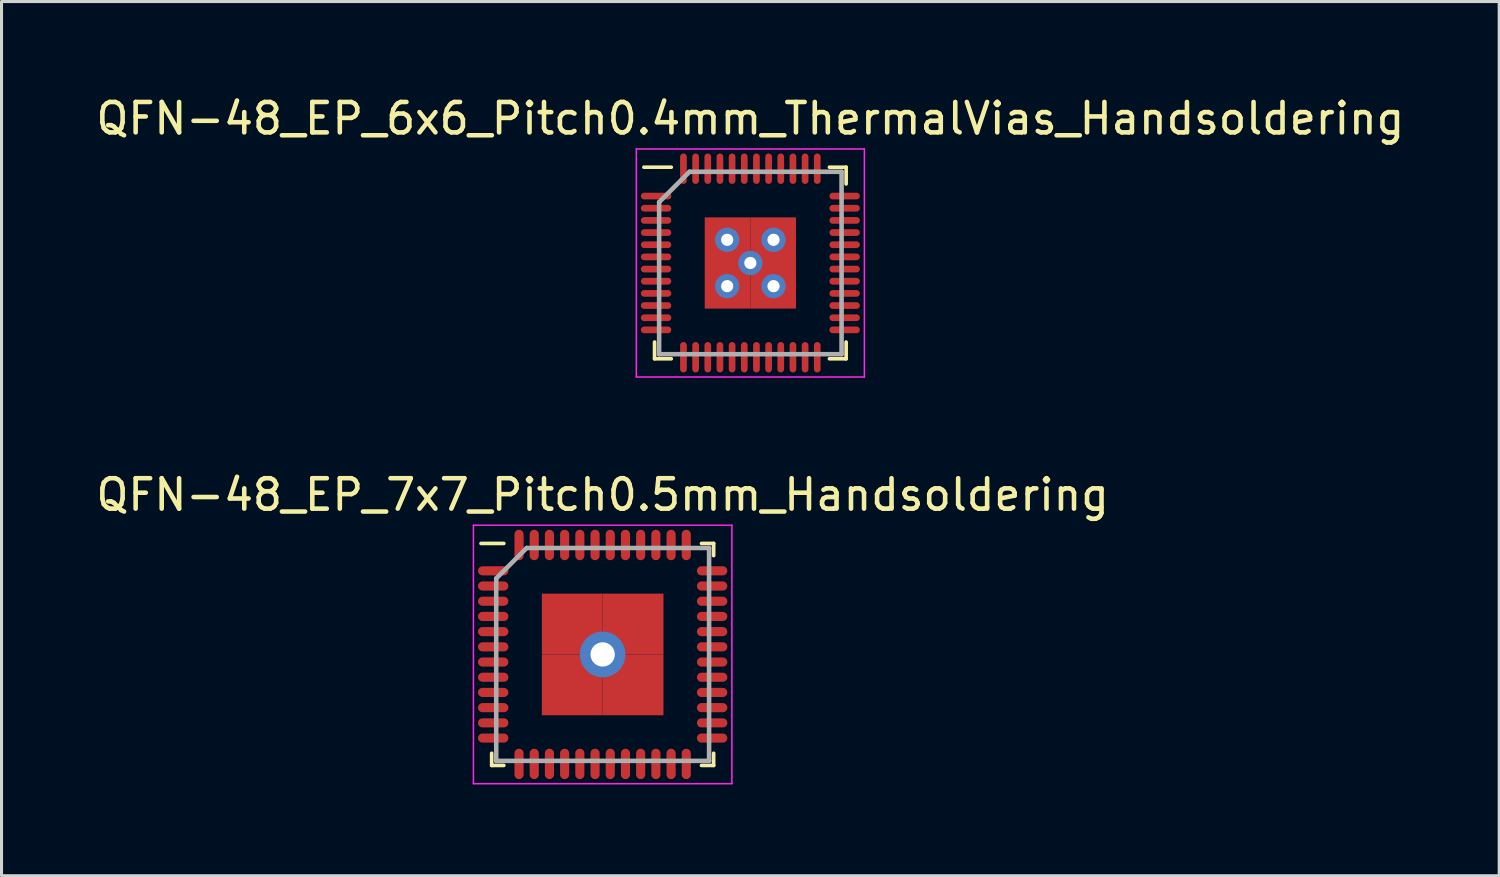
<source format=kicad_pcb>
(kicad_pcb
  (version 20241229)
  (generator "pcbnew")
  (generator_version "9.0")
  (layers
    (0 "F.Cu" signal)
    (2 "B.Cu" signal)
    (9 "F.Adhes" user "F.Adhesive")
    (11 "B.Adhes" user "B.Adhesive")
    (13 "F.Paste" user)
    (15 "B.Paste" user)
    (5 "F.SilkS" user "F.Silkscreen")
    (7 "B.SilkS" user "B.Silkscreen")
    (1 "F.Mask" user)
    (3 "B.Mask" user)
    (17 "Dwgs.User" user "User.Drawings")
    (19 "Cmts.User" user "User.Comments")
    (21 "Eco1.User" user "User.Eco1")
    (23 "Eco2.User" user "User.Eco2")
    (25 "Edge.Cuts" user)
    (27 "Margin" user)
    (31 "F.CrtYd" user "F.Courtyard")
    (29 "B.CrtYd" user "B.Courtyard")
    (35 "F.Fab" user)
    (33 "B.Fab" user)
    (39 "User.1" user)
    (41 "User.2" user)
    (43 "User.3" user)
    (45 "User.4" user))
  (footprint "QFN-48_EP_6x6_Pitch0.4mm_ThermalVias_Handsoldering"
    (layer "F.Cu")
    (at 21.625 5.598)
    (property "Reference" "QFN-48_EP_6x6_Pitch0.4mm_ThermalVias_Handsoldering" (at 0 -4.75 0) (layer "F.SilkS") (effects (font (size 1 1) (thickness 0.15))))
    (attr smd)
    (fp_line (start -3.15 3.15) (end -3.15 2.6) (stroke (width 0.12) (type solid)) (layer "F.SilkS"))
    (fp_line (start -2.6 -3.15) (end -3.5 -3.15) (stroke (width 0.12) (type solid)) (layer "F.SilkS"))
    (fp_line (start -2.6 3.15) (end -3.15 3.15) (stroke (width 0.12) (type solid)) (layer "F.SilkS"))
    (fp_line (start 2.6 -3.15) (end 3.15 -3.15) (stroke (width 0.12) (type solid)) (layer "F.SilkS"))
    (fp_line (start 2.6 3.15) (end 3.15 3.15) (stroke (width 0.12) (type solid)) (layer "F.SilkS"))
    (fp_line (start 3.15 -3.15) (end 3.15 -2.6) (stroke (width 0.12) (type solid)) (layer "F.SilkS"))
    (fp_line (start 3.15 3.15) (end 3.15 2.6) (stroke (width 0.12) (type solid)) (layer "F.SilkS"))
    (fp_line (start -3.75 -3.75) (end 3.75 -3.75) (stroke (width 0.05) (type solid)) (layer "F.CrtYd"))
    (fp_line (start -3.75 3.75) (end -3.75 -3.75) (stroke (width 0.05) (type solid)) (layer "F.CrtYd"))
    (fp_line (start 3.75 -3.75) (end 3.75 3.75) (stroke (width 0.05) (type solid)) (layer "F.CrtYd"))
    (fp_line (start 3.75 3.75) (end -3.75 3.75) (stroke (width 0.05) (type solid)) (layer "F.CrtYd"))
    (fp_line (start -3 -2) (end -3 3) (stroke (width 0.15) (type solid)) (layer "F.Fab"))
    (fp_line (start -3 3) (end 3 3) (stroke (width 0.15) (type solid)) (layer "F.Fab"))
    (fp_line (start -2 -3) (end -3 -2) (stroke (width 0.15) (type solid)) (layer "F.Fab"))
    (fp_line (start 3 -3) (end -2 -3) (stroke (width 0.15) (type solid)) (layer "F.Fab"))
    (fp_line (start 3 3) (end 3 -3) (stroke (width 0.15) (type solid)) (layer "F.Fab"))
    (pad "1" smd oval (at -3.1 -2.2 90) (size 0.22 1) (layers "F.Cu" "F.Mask" "F.Paste"))
    (pad "2" smd oval (at -3.1 -1.8 90) (size 0.22 1) (layers "F.Cu" "F.Mask" "F.Paste"))
    (pad "3" smd oval (at -3.1 -1.4 90) (size 0.22 1) (layers "F.Cu" "F.Mask" "F.Paste"))
    (pad "4" smd oval (at -3.1 -1 90) (size 0.22 1) (layers "F.Cu" "F.Mask" "F.Paste"))
    (pad "5" smd oval (at -3.1 -0.6 90) (size 0.22 1) (layers "F.Cu" "F.Mask" "F.Paste"))
    (pad "6" smd oval (at -3.1 -0.2 90) (size 0.22 1) (layers "F.Cu" "F.Mask" "F.Paste"))
    (pad "7" smd oval (at -3.1 0.2 90) (size 0.22 1) (layers "F.Cu" "F.Mask" "F.Paste"))
    (pad "8" smd oval (at -3.1 0.6 90) (size 0.22 1) (layers "F.Cu" "F.Mask" "F.Paste"))
    (pad "9" smd oval (at -3.1 1 90) (size 0.22 1) (layers "F.Cu" "F.Mask" "F.Paste"))
    (pad "10" smd oval (at -3.1 1.4 90) (size 0.22 1) (layers "F.Cu" "F.Mask" "F.Paste"))
    (pad "11" smd oval (at -3.1 1.8 90) (size 0.22 1) (layers "F.Cu" "F.Mask" "F.Paste"))
    (pad "12" smd oval (at -3.1 2.2 90) (size 0.22 1) (layers "F.Cu" "F.Mask" "F.Paste"))
    (pad "13" smd oval (at -2.2 3.1) (size 0.22 1) (layers "F.Cu" "F.Mask" "F.Paste"))
    (pad "14" smd oval (at -1.8 3.1) (size 0.22 1) (layers "F.Cu" "F.Mask" "F.Paste"))
    (pad "15" smd oval (at -1.4 3.1) (size 0.22 1) (layers "F.Cu" "F.Mask" "F.Paste"))
    (pad "16" smd oval (at -1 3.1) (size 0.22 1) (layers "F.Cu" "F.Mask" "F.Paste"))
    (pad "17" smd oval (at -0.6 3.1) (size 0.22 1) (layers "F.Cu" "F.Mask" "F.Paste"))
    (pad "18" smd oval (at -0.2 3.1) (size 0.22 1) (layers "F.Cu" "F.Mask" "F.Paste"))
    (pad "19" smd oval (at 0.2 3.1) (size 0.22 1) (layers "F.Cu" "F.Mask" "F.Paste"))
    (pad "20" smd oval (at 0.6 3.1) (size 0.22 1) (layers "F.Cu" "F.Mask" "F.Paste"))
    (pad "21" smd oval (at 1 3.1) (size 0.22 1) (layers "F.Cu" "F.Mask" "F.Paste"))
    (pad "22" smd oval (at 1.4 3.1) (size 0.22 1) (layers "F.Cu" "F.Mask" "F.Paste"))
    (pad "23" smd oval (at 1.8 3.1) (size 0.22 1) (layers "F.Cu" "F.Mask" "F.Paste"))
    (pad "24" smd oval (at 2.2 3.1) (size 0.22 1) (layers "F.Cu" "F.Mask" "F.Paste"))
    (pad "25" smd oval (at 3.1 2.2 90) (size 0.22 1) (layers "F.Cu" "F.Mask" "F.Paste"))
    (pad "26" smd oval (at 3.1 1.8 90) (size 0.22 1) (layers "F.Cu" "F.Mask" "F.Paste"))
    (pad "27" smd oval (at 3.1 1.4 90) (size 0.22 1) (layers "F.Cu" "F.Mask" "F.Paste"))
    (pad "28" smd oval (at 3.1 1 90) (size 0.22 1) (layers "F.Cu" "F.Mask" "F.Paste"))
    (pad "29" smd oval (at 3.1 0.6 90) (size 0.22 1) (layers "F.Cu" "F.Mask" "F.Paste"))
    (pad "30" smd oval (at 3.1 0.2 90) (size 0.22 1) (layers "F.Cu" "F.Mask" "F.Paste"))
    (pad "31" smd oval (at 3.1 -0.2 90) (size 0.22 1) (layers "F.Cu" "F.Mask" "F.Paste"))
    (pad "32" smd oval (at 3.1 -0.6 90) (size 0.22 1) (layers "F.Cu" "F.Mask" "F.Paste"))
    (pad "33" smd oval (at 3.1 -1 90) (size 0.22 1) (layers "F.Cu" "F.Mask" "F.Paste"))
    (pad "34" smd oval (at 3.1 -1.4 90) (size 0.22 1) (layers "F.Cu" "F.Mask" "F.Paste"))
    (pad "35" smd oval (at 3.1 -1.8 90) (size 0.22 1) (layers "F.Cu" "F.Mask" "F.Paste"))
    (pad "36" smd oval (at 3.1 -2.2 90) (size 0.22 1) (layers "F.Cu" "F.Mask" "F.Paste"))
    (pad "37" smd oval (at 2.2 -3.1) (size 0.22 1) (layers "F.Cu" "F.Mask" "F.Paste"))
    (pad "38" smd oval (at 1.8 -3.1) (size 0.22 1) (layers "F.Cu" "F.Mask" "F.Paste"))
    (pad "39" smd oval (at 1.4 -3.1) (size 0.22 1) (layers "F.Cu" "F.Mask" "F.Paste"))
    (pad "40" smd oval (at 1 -3.1) (size 0.22 1) (layers "F.Cu" "F.Mask" "F.Paste"))
    (pad "41" smd oval (at 0.6 -3.1) (size 0.22 1) (layers "F.Cu" "F.Mask" "F.Paste"))
    (pad "42" smd oval (at 0.2 -3.1) (size 0.22 1) (layers "F.Cu" "F.Mask" "F.Paste"))
    (pad "43" smd oval (at -0.2 -3.1) (size 0.22 1) (layers "F.Cu" "F.Mask" "F.Paste"))
    (pad "44" smd oval (at -0.6 -3.1) (size 0.22 1) (layers "F.Cu" "F.Mask" "F.Paste"))
    (pad "45" smd oval (at -1 -3.1) (size 0.22 1) (layers "F.Cu" "F.Mask" "F.Paste"))
    (pad "46" smd oval (at -1.4 -3.1) (size 0.22 1) (layers "F.Cu" "F.Mask" "F.Paste"))
    (pad "47" smd oval (at -1.8 -3.1) (size 0.22 1) (layers "F.Cu" "F.Mask" "F.Paste"))
    (pad "48" smd oval (at -2.2 -3.1) (size 0.22 1) (layers "F.Cu" "F.Mask" "F.Paste"))
    (pad "49" thru_hole circle (at -0.762 -0.762) (size 0.8 0.8) (drill 0.4) (layers "*.Cu" "*.Mask"))
    (pad "49" thru_hole circle (at -0.762 0.762) (size 0.8 0.8) (drill 0.4) (layers "*.Cu" "*.Mask"))
    (pad "49" smd rect (at -0.75 -0.75) (size 1.5 1.5) (layers "F.Cu" "F.Mask" "F.Paste"))
    (pad "49" smd rect (at -0.75 0.75) (size 1.5 1.5) (layers "F.Cu" "F.Mask" "F.Paste"))
    (pad "49" thru_hole circle (at 0 0) (size 0.8 0.8) (drill 0.4) (layers "*.Cu" "*.Mask"))
    (pad "49" smd rect (at 0.75 -0.75) (size 1.5 1.5) (layers "F.Cu" "F.Mask" "F.Paste"))
    (pad "49" smd rect (at 0.75 0.75) (size 1.5 1.5) (layers "F.Cu" "F.Mask" "F.Paste"))
    (pad "49" thru_hole circle (at 0.762 -0.762) (size 0.8 0.8) (drill 0.4) (layers "*.Cu" "*.Mask"))
    (pad "49" thru_hole circle (at 0.762 0.762) (size 0.8 0.8) (drill 0.4) (layers "*.Cu" "*.Mask")))
  (footprint "QFN-48_EP_7x7_Pitch0.5mm_Handsoldering"
    (layer "F.Cu")
    (at 16.768 18.471)
    (property "Reference" "QFN-48_EP_7x7_Pitch0.5mm_Handsoldering" (at 0 -5.25 0) (layer "F.SilkS") (effects (font (size 1 1) (thickness 0.15))))
    (attr smd)
    (fp_line (start -3.65 3.65) (end -3.65 3.25) (stroke (width 0.12) (type solid)) (layer "F.SilkS"))
    (fp_line (start -3.25 -3.65) (end -4 -3.65) (stroke (width 0.12) (type solid)) (layer "F.SilkS"))
    (fp_line (start -3.25 3.65) (end -3.65 3.65) (stroke (width 0.12) (type solid)) (layer "F.SilkS"))
    (fp_line (start 3.25 -3.65) (end 3.65 -3.65) (stroke (width 0.12) (type solid)) (layer "F.SilkS"))
    (fp_line (start 3.25 3.65) (end 3.65 3.65) (stroke (width 0.12) (type solid)) (layer "F.SilkS"))
    (fp_line (start 3.65 -3.65) (end 3.65 -3.25) (stroke (width 0.12) (type solid)) (layer "F.SilkS"))
    (fp_line (start 3.65 3.65) (end 3.65 3.25) (stroke (width 0.12) (type solid)) (layer "F.SilkS"))
    (fp_line (start -4.25 -4.25) (end 4.25 -4.25) (stroke (width 0.05) (type solid)) (layer "F.CrtYd"))
    (fp_line (start -4.25 4.25) (end -4.25 -4.25) (stroke (width 0.05) (type solid)) (layer "F.CrtYd"))
    (fp_line (start 4.25 -4.25) (end 4.25 4.25) (stroke (width 0.05) (type solid)) (layer "F.CrtYd"))
    (fp_line (start 4.25 4.25) (end -4.25 4.25) (stroke (width 0.05) (type solid)) (layer "F.CrtYd"))
    (fp_line (start -3.5 -2.5) (end -3.5 3.5) (stroke (width 0.15) (type solid)) (layer "F.Fab"))
    (fp_line (start -3.5 3.5) (end 3.5 3.5) (stroke (width 0.15) (type solid)) (layer "F.Fab"))
    (fp_line (start -2.5 -3.5) (end -3.5 -2.5) (stroke (width 0.15) (type solid)) (layer "F.Fab"))
    (fp_line (start 3.5 -3.5) (end -2.5 -3.5) (stroke (width 0.15) (type solid)) (layer "F.Fab"))
    (fp_line (start 3.5 3.5) (end 3.5 -3.5) (stroke (width 0.15) (type solid)) (layer "F.Fab"))
    (pad "1" smd oval (at -3.6 -2.75 90) (size 0.3 1) (layers "F.Cu" "F.Mask" "F.Paste"))
    (pad "2" smd oval (at -3.6 -2.25 90) (size 0.3 1) (layers "F.Cu" "F.Mask" "F.Paste"))
    (pad "3" smd oval (at -3.6 -1.75 90) (size 0.3 1) (layers "F.Cu" "F.Mask" "F.Paste"))
    (pad "4" smd oval (at -3.6 -1.25 90) (size 0.3 1) (layers "F.Cu" "F.Mask" "F.Paste"))
    (pad "5" smd oval (at -3.6 -0.75 90) (size 0.3 1) (layers "F.Cu" "F.Mask" "F.Paste"))
    (pad "6" smd oval (at -3.6 -0.25 90) (size 0.3 1) (layers "F.Cu" "F.Mask" "F.Paste"))
    (pad "7" smd oval (at -3.6 0.25 90) (size 0.3 1) (layers "F.Cu" "F.Mask" "F.Paste"))
    (pad "8" smd oval (at -3.6 0.75 90) (size 0.3 1) (layers "F.Cu" "F.Mask" "F.Paste"))
    (pad "9" smd oval (at -3.6 1.25 90) (size 0.3 1) (layers "F.Cu" "F.Mask" "F.Paste"))
    (pad "10" smd oval (at -3.6 1.75 90) (size 0.3 1) (layers "F.Cu" "F.Mask" "F.Paste"))
    (pad "11" smd oval (at -3.6 2.25 90) (size 0.3 1) (layers "F.Cu" "F.Mask" "F.Paste"))
    (pad "12" smd oval (at -3.6 2.75 90) (size 0.3 1) (layers "F.Cu" "F.Mask" "F.Paste"))
    (pad "13" smd oval (at -2.75 3.6) (size 0.3 1) (layers "F.Cu" "F.Mask" "F.Paste"))
    (pad "14" smd oval (at -2.25 3.6) (size 0.3 1) (layers "F.Cu" "F.Mask" "F.Paste"))
    (pad "15" smd oval (at -1.75 3.6) (size 0.3 1) (layers "F.Cu" "F.Mask" "F.Paste"))
    (pad "16" smd oval (at -1.25 3.6) (size 0.3 1) (layers "F.Cu" "F.Mask" "F.Paste"))
    (pad "17" smd oval (at -0.75 3.6) (size 0.3 1) (layers "F.Cu" "F.Mask" "F.Paste"))
    (pad "18" smd oval (at -0.25 3.6) (size 0.3 1) (layers "F.Cu" "F.Mask" "F.Paste"))
    (pad "19" smd oval (at 0.25 3.6) (size 0.3 1) (layers "F.Cu" "F.Mask" "F.Paste"))
    (pad "20" smd oval (at 0.75 3.6) (size 0.3 1) (layers "F.Cu" "F.Mask" "F.Paste"))
    (pad "21" smd oval (at 1.25 3.6) (size 0.3 1) (layers "F.Cu" "F.Mask" "F.Paste"))
    (pad "22" smd oval (at 1.75 3.6) (size 0.3 1) (layers "F.Cu" "F.Mask" "F.Paste"))
    (pad "23" smd oval (at 2.25 3.6) (size 0.3 1) (layers "F.Cu" "F.Mask" "F.Paste"))
    (pad "24" smd oval (at 2.75 3.6) (size 0.3 1) (layers "F.Cu" "F.Mask" "F.Paste"))
    (pad "25" smd oval (at 3.6 2.75 90) (size 0.3 1) (layers "F.Cu" "F.Mask" "F.Paste"))
    (pad "26" smd oval (at 3.6 2.25 90) (size 0.3 1) (layers "F.Cu" "F.Mask" "F.Paste"))
    (pad "27" smd oval (at 3.6 1.75 90) (size 0.3 1) (layers "F.Cu" "F.Mask" "F.Paste"))
    (pad "28" smd oval (at 3.6 1.25 90) (size 0.3 1) (layers "F.Cu" "F.Mask" "F.Paste"))
    (pad "29" smd oval (at 3.6 0.75 90) (size 0.3 1) (layers "F.Cu" "F.Mask" "F.Paste"))
    (pad "30" smd oval (at 3.6 0.25 90) (size 0.3 1) (layers "F.Cu" "F.Mask" "F.Paste"))
    (pad "31" smd oval (at 3.6 -0.25 90) (size 0.3 1) (layers "F.Cu" "F.Mask" "F.Paste"))
    (pad "32" smd oval (at 3.6 -0.75 90) (size 0.3 1) (layers "F.Cu" "F.Mask" "F.Paste"))
    (pad "33" smd oval (at 3.6 -1.25 90) (size 0.3 1) (layers "F.Cu" "F.Mask" "F.Paste"))
    (pad "34" smd oval (at 3.6 -1.75 90) (size 0.3 1) (layers "F.Cu" "F.Mask" "F.Paste"))
    (pad "35" smd oval (at 3.6 -2.25 90) (size 0.3 1) (layers "F.Cu" "F.Mask" "F.Paste"))
    (pad "36" smd oval (at 3.6 -2.75 90) (size 0.3 1) (layers "F.Cu" "F.Mask" "F.Paste"))
    (pad "37" smd oval (at 2.75 -3.6) (size 0.3 1) (layers "F.Cu" "F.Mask" "F.Paste"))
    (pad "38" smd oval (at 2.25 -3.6) (size 0.3 1) (layers "F.Cu" "F.Mask" "F.Paste"))
    (pad "39" smd oval (at 1.75 -3.6) (size 0.3 1) (layers "F.Cu" "F.Mask" "F.Paste"))
    (pad "40" smd oval (at 1.25 -3.6) (size 0.3 1) (layers "F.Cu" "F.Mask" "F.Paste"))
    (pad "41" smd oval (at 0.75 -3.6) (size 0.3 1) (layers "F.Cu" "F.Mask" "F.Paste"))
    (pad "42" smd oval (at 0.25 -3.6) (size 0.3 1) (layers "F.Cu" "F.Mask" "F.Paste"))
    (pad "43" smd oval (at -0.25 -3.6) (size 0.3 1) (layers "F.Cu" "F.Mask" "F.Paste"))
    (pad "44" smd oval (at -0.75 -3.6) (size 0.3 1) (layers "F.Cu" "F.Mask" "F.Paste"))
    (pad "45" smd oval (at -1.25 -3.6) (size 0.3 1) (layers "F.Cu" "F.Mask" "F.Paste"))
    (pad "46" smd oval (at -1.75 -3.6) (size 0.3 1) (layers "F.Cu" "F.Mask" "F.Paste"))
    (pad "47" smd oval (at -2.25 -3.6) (size 0.3 1) (layers "F.Cu" "F.Mask" "F.Paste"))
    (pad "48" smd oval (at -2.75 -3.6) (size 0.3 1) (layers "F.Cu" "F.Mask" "F.Paste"))
    (pad "49" smd rect (at -1 -1) (size 2 2) (layers "F.Cu" "F.Mask" "F.Paste"))
    (pad "49" smd rect (at -1 1) (size 2 2) (layers "F.Cu" "F.Mask" "F.Paste"))
    (pad "49" thru_hole circle (at 0 0) (size 1.5 1.5) (drill 0.8) (layers "*.Cu" "*.Mask"))
    (pad "49" smd rect (at 1 -1) (size 2 2) (layers "F.Cu" "F.Mask" "F.Paste"))
    (pad "49" smd rect (at 1 1) (size 2 2) (layers "F.Cu" "F.Mask" "F.Paste")))
  (gr_rect
    (start -3 -3)
    (end 46.25 25.747)
    (stroke (width 0.1) (type default))
    (fill no)
    (layer "Edge.Cuts")))
</source>
